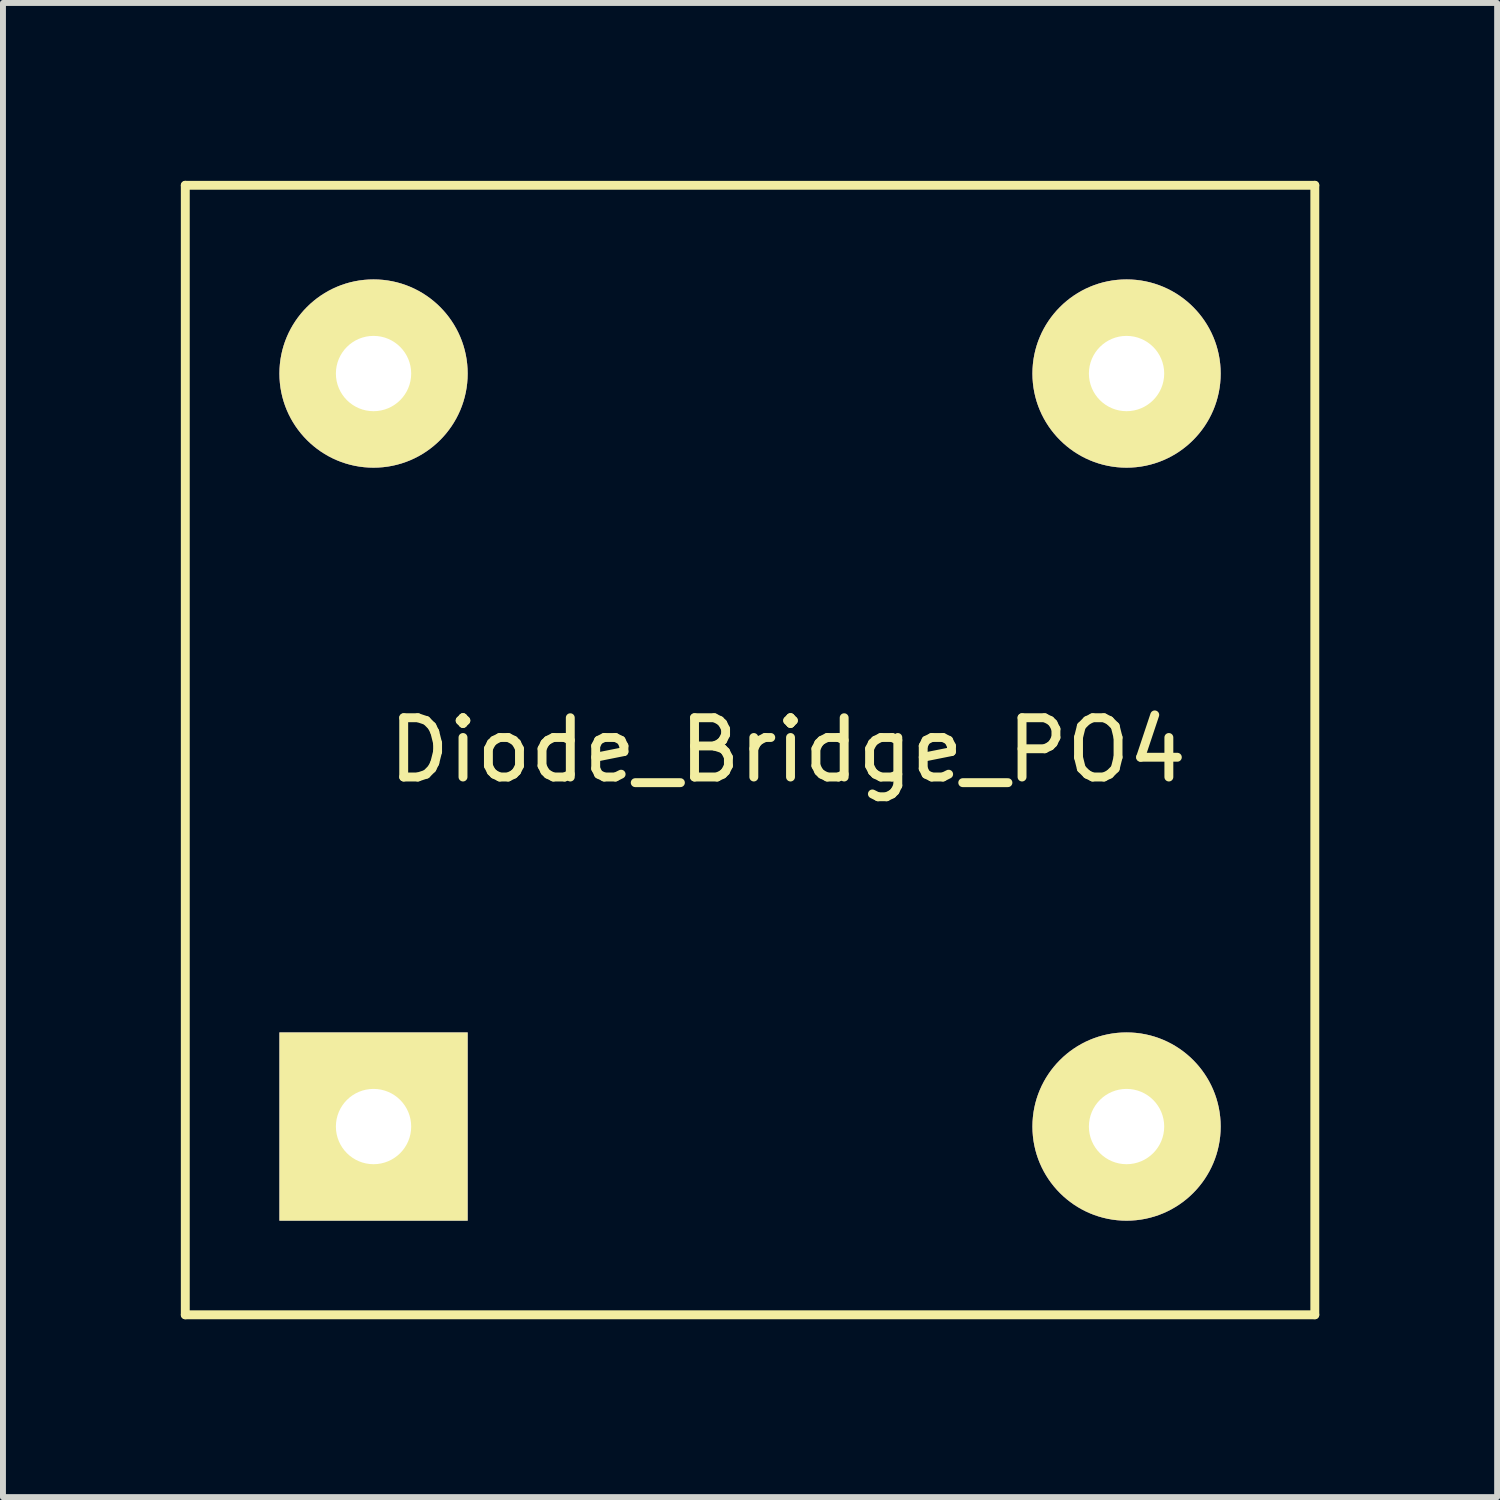
<source format=kicad_pcb>
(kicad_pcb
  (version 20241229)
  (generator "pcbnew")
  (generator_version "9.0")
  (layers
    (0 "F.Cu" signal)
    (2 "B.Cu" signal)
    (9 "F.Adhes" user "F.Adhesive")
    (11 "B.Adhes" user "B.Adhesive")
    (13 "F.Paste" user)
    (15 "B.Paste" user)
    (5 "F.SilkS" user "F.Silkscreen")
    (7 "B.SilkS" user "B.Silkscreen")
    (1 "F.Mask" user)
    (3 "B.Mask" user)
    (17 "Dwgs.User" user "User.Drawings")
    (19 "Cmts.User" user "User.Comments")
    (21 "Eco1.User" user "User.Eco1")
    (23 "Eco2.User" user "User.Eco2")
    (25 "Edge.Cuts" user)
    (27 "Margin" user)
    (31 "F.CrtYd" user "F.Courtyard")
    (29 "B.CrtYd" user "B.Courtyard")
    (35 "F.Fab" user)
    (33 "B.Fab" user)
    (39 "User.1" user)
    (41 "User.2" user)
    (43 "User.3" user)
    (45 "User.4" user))
  (footprint "Diode_Bridge_PO4"
    (layer "F.Cu")
    (at 9.6 9.6)
    (property "Reference" "Diode_Bridge_PO4" (at 0.635 0 0) (layer "F.SilkS") (effects (font (size 1 1) (thickness 0.15))))
    (attr through_hole)
    (fp_line (start -9.525 -9.525) (end 9.525 -9.525) (stroke (width 0.15) (type solid)) (layer "F.SilkS"))
    (fp_line (start -9.525 9.525) (end -9.525 -9.525) (stroke (width 0.15) (type solid)) (layer "F.SilkS"))
    (fp_line (start 9.525 9.525) (end -9.525 9.525) (stroke (width 0.15) (type solid)) (layer "F.SilkS"))
    (fp_line (start 9.525 9.525) (end 9.525 -9.525) (stroke (width 0.15) (type solid)) (layer "F.SilkS"))
    (pad "1" thru_hole circle (at 6.35 -6.35) (size 3.175 3.175) (drill 1.27) (layers "*.Cu" "*.Mask" "F.SilkS"))
    (pad "2" thru_hole circle (at 6.35 6.35) (size 3.175 3.175) (drill 1.27) (layers "*.Cu" "*.Mask" "F.SilkS"))
    (pad "3" thru_hole rect (at -6.35 6.35) (size 3.175 3.175) (drill 1.27) (layers "*.Cu" "*.Mask" "F.SilkS"))
    (pad "4" thru_hole circle (at -6.35 -6.35) (size 3.175 3.175) (drill 1.27) (layers "*.Cu" "*.Mask" "F.SilkS")))
  (gr_rect
    (start -3 -3)
    (end 22.2 22.2)
    (stroke (width 0.1) (type default))
    (fill no)
    (layer "Edge.Cuts")))
</source>
